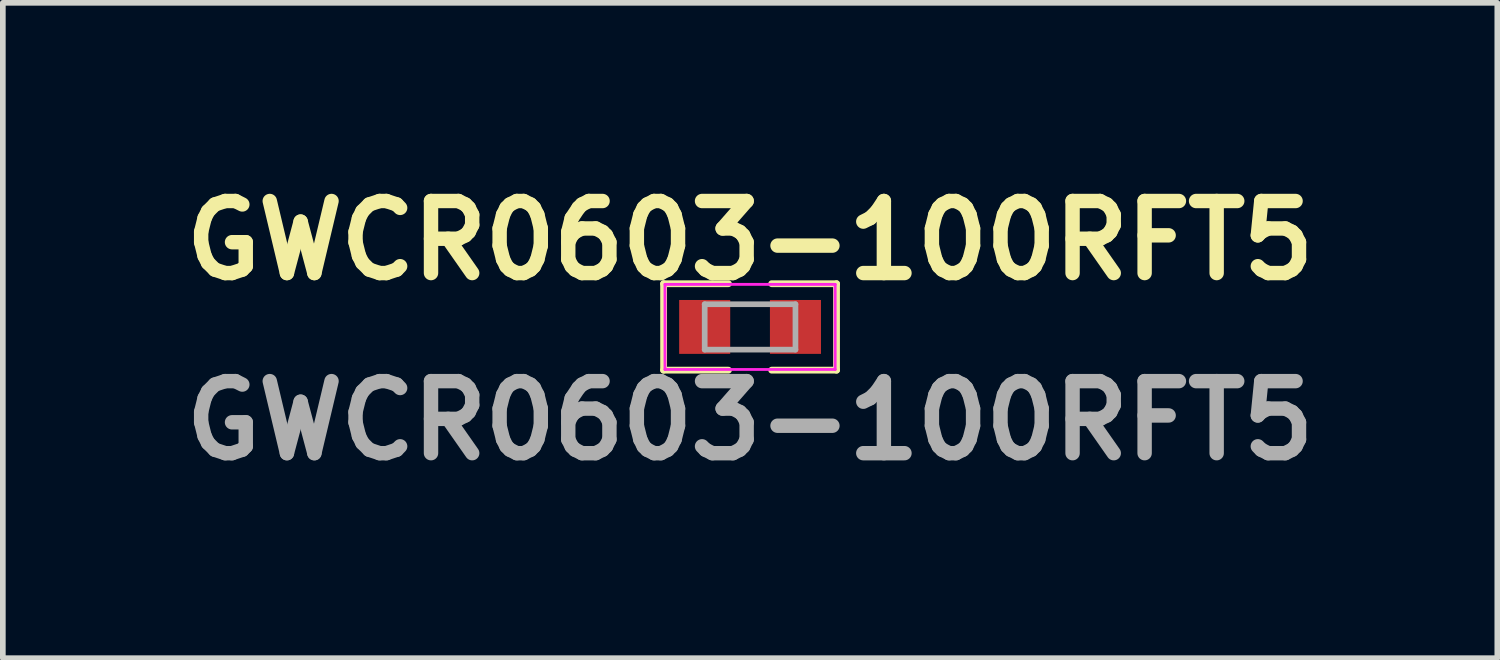
<source format=kicad_pcb>
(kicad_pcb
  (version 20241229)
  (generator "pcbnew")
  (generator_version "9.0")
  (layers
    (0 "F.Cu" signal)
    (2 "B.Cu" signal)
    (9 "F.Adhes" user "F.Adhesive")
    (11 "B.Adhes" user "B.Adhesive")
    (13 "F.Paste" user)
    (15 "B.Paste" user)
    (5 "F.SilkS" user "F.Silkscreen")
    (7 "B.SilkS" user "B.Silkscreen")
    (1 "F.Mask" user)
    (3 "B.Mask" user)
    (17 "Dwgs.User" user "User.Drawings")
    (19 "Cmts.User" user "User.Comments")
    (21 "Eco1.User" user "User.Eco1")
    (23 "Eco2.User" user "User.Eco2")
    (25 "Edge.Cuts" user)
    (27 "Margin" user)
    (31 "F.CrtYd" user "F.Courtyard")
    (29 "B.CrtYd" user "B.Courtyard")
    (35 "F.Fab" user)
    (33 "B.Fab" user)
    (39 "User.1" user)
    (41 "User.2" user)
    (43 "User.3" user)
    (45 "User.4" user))
  (footprint "GWCR0603-100RFT5"
    (layer "F.Cu")
    (at 10.172 2.713)
    (property "Reference" "GWCR0603-100RFT5" (at 0 -1.524 0) (layer "F.SilkS") (effects (font (size 1.27 1.27) (thickness 0.254))))
    (attr smd)
    (fp_line (start -1.524 -0.762) (end -1.524 0.762) (stroke (width 0.12) (type solid)) (layer "F.SilkS"))
    (fp_line (start -1.524 0.762) (end -0.381 0.762) (stroke (width 0.12) (type solid)) (layer "F.SilkS"))
    (fp_line (start -0.381 -0.762) (end -1.524 -0.762) (stroke (width 0.12) (type solid)) (layer "F.SilkS"))
    (fp_line (start 0.381 -0.762) (end 1.524 -0.762) (stroke (width 0.12) (type solid)) (layer "F.SilkS"))
    (fp_line (start 1.524 -0.762) (end 1.524 0.762) (stroke (width 0.12) (type solid)) (layer "F.SilkS"))
    (fp_line (start 1.524 0.762) (end 0.381 0.762) (stroke (width 0.12) (type solid)) (layer "F.SilkS"))
    (fp_line (start -1.5 -0.75) (end 1.5 -0.75) (stroke (width 0.05) (type solid)) (layer "F.CrtYd"))
    (fp_line (start -1.5 0.75) (end -1.5 -0.75) (stroke (width 0.05) (type solid)) (layer "F.CrtYd"))
    (fp_line (start 1.5 -0.75) (end 1.5 0.75) (stroke (width 0.05) (type solid)) (layer "F.CrtYd"))
    (fp_line (start 1.5 0.75) (end -1.5 0.75) (stroke (width 0.05) (type solid)) (layer "F.CrtYd"))
    (fp_line (start -0.8 -0.4) (end 0.8 -0.4) (stroke (width 0.1) (type solid)) (layer "F.Fab"))
    (fp_line (start -0.8 0.4) (end -0.8 -0.4) (stroke (width 0.1) (type solid)) (layer "F.Fab"))
    (fp_line (start 0.8 -0.4) (end 0.8 0.4) (stroke (width 0.1) (type solid)) (layer "F.Fab"))
    (fp_line (start 0.8 0.4) (end -0.8 0.4) (stroke (width 0.1) (type solid)) (layer "F.Fab"))
    (fp_text user "${REFERENCE}" (at 0 1.651 0) (layer "F.Fab") (effects (font (size 1.27 1.27) (thickness 0.254))))
    (pad "1" smd rect (at -0.8 0) (size 0.9 0.95) (layers "F.Cu" "F.Mask" "F.Paste"))
    (pad "2" smd rect (at 0.8 0) (size 0.9 0.95) (layers "F.Cu" "F.Mask" "F.Paste")))
  (gr_rect
    (start -3 -3)
    (end 23.344 8.552)
    (stroke (width 0.1) (type default))
    (fill no)
    (layer "Edge.Cuts")))
</source>
